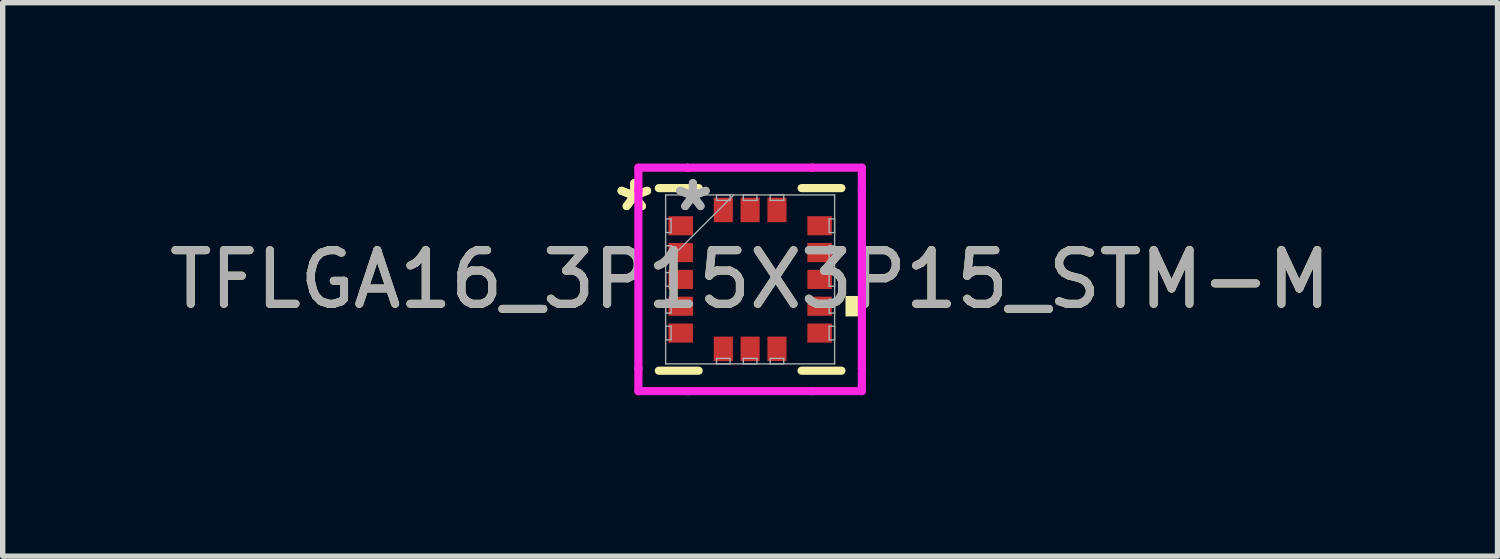
<source format=kicad_pcb>
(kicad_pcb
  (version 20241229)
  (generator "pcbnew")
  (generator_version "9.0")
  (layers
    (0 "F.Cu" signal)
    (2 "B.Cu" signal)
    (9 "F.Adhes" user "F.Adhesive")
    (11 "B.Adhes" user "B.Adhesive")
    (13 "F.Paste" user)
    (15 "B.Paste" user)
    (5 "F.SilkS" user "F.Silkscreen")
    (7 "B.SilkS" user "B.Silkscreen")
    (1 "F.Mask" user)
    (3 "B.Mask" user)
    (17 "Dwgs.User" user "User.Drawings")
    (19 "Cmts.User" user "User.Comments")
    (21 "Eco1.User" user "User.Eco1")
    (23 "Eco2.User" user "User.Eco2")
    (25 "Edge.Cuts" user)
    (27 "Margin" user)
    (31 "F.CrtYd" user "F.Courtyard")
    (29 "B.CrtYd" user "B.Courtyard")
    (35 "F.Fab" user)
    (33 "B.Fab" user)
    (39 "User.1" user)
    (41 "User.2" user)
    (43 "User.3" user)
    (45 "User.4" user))
  (footprint "TFLGA16_3P15X3P15_STM-M"
    (layer "F.Cu")
    (at 10.935 2.159)
    (property "Reference" "TFLGA16_3P15X3P15_STM-M" (at 0 0 0) (unlocked yes) (layer "F.SilkS") (effects (font (size 1 1) (thickness 0.15))))
    (attr smd)
    (fp_line (start -1.702 1.702) (end -0.959 1.702) (stroke (width 0.152) (type solid)) (layer "F.SilkS"))
    (fp_line (start -0.959 -1.702) (end -1.702 -1.702) (stroke (width 0.152) (type solid)) (layer "F.SilkS"))
    (fp_line (start 0.959 1.702) (end 1.702 1.702) (stroke (width 0.152) (type solid)) (layer "F.SilkS"))
    (fp_line (start 1.702 -1.702) (end 0.959 -1.702) (stroke (width 0.152) (type solid)) (layer "F.SilkS"))
    (fp_poly (pts (xy 2.032 0.309) (xy 2.032 0.69) (xy 1.778 0.69) (xy 1.778 0.309)) (stroke (width 0) (type solid)) (fill yes) (layer "F.SilkS"))
    (fp_line (start -2.083 -2.083) (end -1.16 -2.083) (stroke (width 0.152) (type solid)) (layer "F.CrtYd"))
    (fp_line (start -2.083 -1.66) (end -2.083 -2.083) (stroke (width 0.152) (type solid)) (layer "F.CrtYd"))
    (fp_line (start -2.083 -1.66) (end -2.083 -1.66) (stroke (width 0.152) (type solid)) (layer "F.CrtYd"))
    (fp_line (start -2.083 1.66) (end -2.083 -1.66) (stroke (width 0.152) (type solid)) (layer "F.CrtYd"))
    (fp_line (start -2.083 1.66) (end -2.083 1.66) (stroke (width 0.152) (type solid)) (layer "F.CrtYd"))
    (fp_line (start -2.083 2.083) (end -2.083 1.66) (stroke (width 0.152) (type solid)) (layer "F.CrtYd"))
    (fp_line (start -1.16 -2.083) (end -1.16 -2.083) (stroke (width 0.152) (type solid)) (layer "F.CrtYd"))
    (fp_line (start -1.16 -2.083) (end 1.16 -2.083) (stroke (width 0.152) (type solid)) (layer "F.CrtYd"))
    (fp_line (start -1.16 2.083) (end -2.083 2.083) (stroke (width 0.152) (type solid)) (layer "F.CrtYd"))
    (fp_line (start -1.16 2.083) (end -1.16 2.083) (stroke (width 0.152) (type solid)) (layer "F.CrtYd"))
    (fp_line (start 1.16 -2.083) (end 1.16 -2.083) (stroke (width 0.152) (type solid)) (layer "F.CrtYd"))
    (fp_line (start 1.16 -2.083) (end 2.083 -2.083) (stroke (width 0.152) (type solid)) (layer "F.CrtYd"))
    (fp_line (start 1.16 2.083) (end -1.16 2.083) (stroke (width 0.152) (type solid)) (layer "F.CrtYd"))
    (fp_line (start 1.16 2.083) (end 1.16 2.083) (stroke (width 0.152) (type solid)) (layer "F.CrtYd"))
    (fp_line (start 2.083 -2.083) (end 2.083 -1.66) (stroke (width 0.152) (type solid)) (layer "F.CrtYd"))
    (fp_line (start 2.083 -1.66) (end 2.083 -1.66) (stroke (width 0.152) (type solid)) (layer "F.CrtYd"))
    (fp_line (start 2.083 -1.66) (end 2.083 1.66) (stroke (width 0.152) (type solid)) (layer "F.CrtYd"))
    (fp_line (start 2.083 1.66) (end 2.083 1.66) (stroke (width 0.152) (type solid)) (layer "F.CrtYd"))
    (fp_line (start 2.083 1.66) (end 2.083 2.083) (stroke (width 0.152) (type solid)) (layer "F.CrtYd"))
    (fp_line (start 2.083 2.083) (end 1.16 2.083) (stroke (width 0.152) (type solid)) (layer "F.CrtYd"))
    (fp_line (start -1.575 -1.575) (end -1.575 -1.575) (stroke (width 0.025) (type solid)) (layer "F.Fab"))
    (fp_line (start -1.575 -1.575) (end -1.575 1.575) (stroke (width 0.025) (type solid)) (layer "F.Fab"))
    (fp_line (start -1.575 -1.127) (end -1.473 -1.127) (stroke (width 0.025) (type solid)) (layer "F.Fab"))
    (fp_line (start -1.575 -0.873) (end -1.575 -1.127) (stroke (width 0.025) (type solid)) (layer "F.Fab"))
    (fp_line (start -1.575 -0.627) (end -1.473 -0.627) (stroke (width 0.025) (type solid)) (layer "F.Fab"))
    (fp_line (start -1.575 -0.373) (end -1.575 -0.627) (stroke (width 0.025) (type solid)) (layer "F.Fab"))
    (fp_line (start -1.575 -0.305) (end -0.305 -1.575) (stroke (width 0.025) (type solid)) (layer "F.Fab"))
    (fp_line (start -1.575 -0.127) (end -1.473 -0.127) (stroke (width 0.025) (type solid)) (layer "F.Fab"))
    (fp_line (start -1.575 0.127) (end -1.575 -0.127) (stroke (width 0.025) (type solid)) (layer "F.Fab"))
    (fp_line (start -1.575 0.373) (end -1.473 0.373) (stroke (width 0.025) (type solid)) (layer "F.Fab"))
    (fp_line (start -1.575 0.627) (end -1.575 0.373) (stroke (width 0.025) (type solid)) (layer "F.Fab"))
    (fp_line (start -1.575 0.873) (end -1.473 0.873) (stroke (width 0.025) (type solid)) (layer "F.Fab"))
    (fp_line (start -1.575 1.127) (end -1.575 0.873) (stroke (width 0.025) (type solid)) (layer "F.Fab"))
    (fp_line (start -1.575 1.575) (end -1.575 1.575) (stroke (width 0.025) (type solid)) (layer "F.Fab"))
    (fp_line (start -1.575 1.575) (end 1.575 1.575) (stroke (width 0.025) (type solid)) (layer "F.Fab"))
    (fp_line (start -1.473 -1.127) (end -1.473 -0.873) (stroke (width 0.025) (type solid)) (layer "F.Fab"))
    (fp_line (start -1.473 -0.873) (end -1.575 -0.873) (stroke (width 0.025) (type solid)) (layer "F.Fab"))
    (fp_line (start -1.473 -0.627) (end -1.473 -0.373) (stroke (width 0.025) (type solid)) (layer "F.Fab"))
    (fp_line (start -1.473 -0.373) (end -1.575 -0.373) (stroke (width 0.025) (type solid)) (layer "F.Fab"))
    (fp_line (start -1.473 -0.127) (end -1.473 0.127) (stroke (width 0.025) (type solid)) (layer "F.Fab"))
    (fp_line (start -1.473 0.127) (end -1.575 0.127) (stroke (width 0.025) (type solid)) (layer "F.Fab"))
    (fp_line (start -1.473 0.373) (end -1.473 0.627) (stroke (width 0.025) (type solid)) (layer "F.Fab"))
    (fp_line (start -1.473 0.627) (end -1.575 0.627) (stroke (width 0.025) (type solid)) (layer "F.Fab"))
    (fp_line (start -1.473 0.873) (end -1.473 1.127) (stroke (width 0.025) (type solid)) (layer "F.Fab"))
    (fp_line (start -1.473 1.127) (end -1.575 1.127) (stroke (width 0.025) (type solid)) (layer "F.Fab"))
    (fp_line (start -0.627 -1.575) (end -0.373 -1.575) (stroke (width 0.025) (type solid)) (layer "F.Fab"))
    (fp_line (start -0.627 -1.473) (end -0.627 -1.575) (stroke (width 0.025) (type solid)) (layer "F.Fab"))
    (fp_line (start -0.627 1.473) (end -0.373 1.473) (stroke (width 0.025) (type solid)) (layer "F.Fab"))
    (fp_line (start -0.627 1.575) (end -0.627 1.473) (stroke (width 0.025) (type solid)) (layer "F.Fab"))
    (fp_line (start -0.373 -1.575) (end -0.373 -1.473) (stroke (width 0.025) (type solid)) (layer "F.Fab"))
    (fp_line (start -0.373 -1.473) (end -0.627 -1.473) (stroke (width 0.025) (type solid)) (layer "F.Fab"))
    (fp_line (start -0.373 1.473) (end -0.373 1.575) (stroke (width 0.025) (type solid)) (layer "F.Fab"))
    (fp_line (start -0.373 1.575) (end -0.627 1.575) (stroke (width 0.025) (type solid)) (layer "F.Fab"))
    (fp_line (start -0.127 -1.575) (end 0.127 -1.575) (stroke (width 0.025) (type solid)) (layer "F.Fab"))
    (fp_line (start -0.127 -1.473) (end -0.127 -1.575) (stroke (width 0.025) (type solid)) (layer "F.Fab"))
    (fp_line (start -0.127 1.473) (end 0.127 1.473) (stroke (width 0.025) (type solid)) (layer "F.Fab"))
    (fp_line (start -0.127 1.575) (end -0.127 1.473) (stroke (width 0.025) (type solid)) (layer "F.Fab"))
    (fp_line (start 0.127 -1.575) (end 0.127 -1.473) (stroke (width 0.025) (type solid)) (layer "F.Fab"))
    (fp_line (start 0.127 -1.473) (end -0.127 -1.473) (stroke (width 0.025) (type solid)) (layer "F.Fab"))
    (fp_line (start 0.127 1.473) (end 0.127 1.575) (stroke (width 0.025) (type solid)) (layer "F.Fab"))
    (fp_line (start 0.127 1.575) (end -0.127 1.575) (stroke (width 0.025) (type solid)) (layer "F.Fab"))
    (fp_line (start 0.373 -1.575) (end 0.627 -1.575) (stroke (width 0.025) (type solid)) (layer "F.Fab"))
    (fp_line (start 0.373 -1.473) (end 0.373 -1.575) (stroke (width 0.025) (type solid)) (layer "F.Fab"))
    (fp_line (start 0.373 1.473) (end 0.627 1.473) (stroke (width 0.025) (type solid)) (layer "F.Fab"))
    (fp_line (start 0.373 1.575) (end 0.373 1.473) (stroke (width 0.025) (type solid)) (layer "F.Fab"))
    (fp_line (start 0.627 -1.575) (end 0.627 -1.473) (stroke (width 0.025) (type solid)) (layer "F.Fab"))
    (fp_line (start 0.627 -1.473) (end 0.373 -1.473) (stroke (width 0.025) (type solid)) (layer "F.Fab"))
    (fp_line (start 0.627 1.473) (end 0.627 1.575) (stroke (width 0.025) (type solid)) (layer "F.Fab"))
    (fp_line (start 0.627 1.575) (end 0.373 1.575) (stroke (width 0.025) (type solid)) (layer "F.Fab"))
    (fp_line (start 1.473 -1.127) (end 1.575 -1.127) (stroke (width 0.025) (type solid)) (layer "F.Fab"))
    (fp_line (start 1.473 -0.873) (end 1.473 -1.127) (stroke (width 0.025) (type solid)) (layer "F.Fab"))
    (fp_line (start 1.473 -0.627) (end 1.575 -0.627) (stroke (width 0.025) (type solid)) (layer "F.Fab"))
    (fp_line (start 1.473 -0.373) (end 1.473 -0.627) (stroke (width 0.025) (type solid)) (layer "F.Fab"))
    (fp_line (start 1.473 -0.127) (end 1.575 -0.127) (stroke (width 0.025) (type solid)) (layer "F.Fab"))
    (fp_line (start 1.473 0.127) (end 1.473 -0.127) (stroke (width 0.025) (type solid)) (layer "F.Fab"))
    (fp_line (start 1.473 0.373) (end 1.575 0.373) (stroke (width 0.025) (type solid)) (layer "F.Fab"))
    (fp_line (start 1.473 0.627) (end 1.473 0.373) (stroke (width 0.025) (type solid)) (layer "F.Fab"))
    (fp_line (start 1.473 0.873) (end 1.575 0.873) (stroke (width 0.025) (type solid)) (layer "F.Fab"))
    (fp_line (start 1.473 1.127) (end 1.473 0.873) (stroke (width 0.025) (type solid)) (layer "F.Fab"))
    (fp_line (start 1.575 -1.575) (end -1.575 -1.575) (stroke (width 0.025) (type solid)) (layer "F.Fab"))
    (fp_line (start 1.575 -1.575) (end 1.575 -1.575) (stroke (width 0.025) (type solid)) (layer "F.Fab"))
    (fp_line (start 1.575 -1.127) (end 1.575 -0.873) (stroke (width 0.025) (type solid)) (layer "F.Fab"))
    (fp_line (start 1.575 -0.873) (end 1.473 -0.873) (stroke (width 0.025) (type solid)) (layer "F.Fab"))
    (fp_line (start 1.575 -0.627) (end 1.575 -0.373) (stroke (width 0.025) (type solid)) (layer "F.Fab"))
    (fp_line (start 1.575 -0.373) (end 1.473 -0.373) (stroke (width 0.025) (type solid)) (layer "F.Fab"))
    (fp_line (start 1.575 -0.127) (end 1.575 0.127) (stroke (width 0.025) (type solid)) (layer "F.Fab"))
    (fp_line (start 1.575 0.127) (end 1.473 0.127) (stroke (width 0.025) (type solid)) (layer "F.Fab"))
    (fp_line (start 1.575 0.373) (end 1.575 0.627) (stroke (width 0.025) (type solid)) (layer "F.Fab"))
    (fp_line (start 1.575 0.627) (end 1.473 0.627) (stroke (width 0.025) (type solid)) (layer "F.Fab"))
    (fp_line (start 1.575 0.873) (end 1.575 1.127) (stroke (width 0.025) (type solid)) (layer "F.Fab"))
    (fp_line (start 1.575 1.127) (end 1.473 1.127) (stroke (width 0.025) (type solid)) (layer "F.Fab"))
    (fp_line (start 1.575 1.575) (end 1.575 -1.575) (stroke (width 0.025) (type solid)) (layer "F.Fab"))
    (fp_line (start 1.575 1.575) (end 1.575 1.575) (stroke (width 0.025) (type solid)) (layer "F.Fab"))
    (fp_text user "*" (at -2.159 -1.25 0) (layer "F.SilkS") (effects (font (size 1 1) (thickness 0.15))))
    (fp_text user "*" (at -2.159 -1.25 0) (unlocked yes) (layer "F.SilkS") (effects (font (size 1 1) (thickness 0.15))))
    (fp_text user "${REFERENCE}" (at 0 0 0) (unlocked yes) (layer "F.Fab") (effects (font (size 1 1) (thickness 0.15))))
    (fp_text user "*" (at -1.067 -1.25 0) (unlocked yes) (layer "F.Fab") (effects (font (size 1 1) (thickness 0.15))))
    (fp_text user "*" (at -1.067 -1.25 0) (layer "F.Fab") (effects (font (size 1 1) (thickness 0.15))))
    (pad "1" smd rect (at -1.295 -1 90) (size 0.356 0.457) (layers "F.Cu" "F.Mask" "F.Paste"))
    (pad "2" smd rect (at -1.295 -0.5 90) (size 0.356 0.457) (layers "F.Cu" "F.Mask" "F.Paste"))
    (pad "3" smd rect (at -1.295 0 90) (size 0.356 0.457) (layers "F.Cu" "F.Mask" "F.Paste"))
    (pad "4" smd rect (at -1.295 0.5 90) (size 0.356 0.457) (layers "F.Cu" "F.Mask" "F.Paste"))
    (pad "5" smd rect (at -1.295 1 90) (size 0.356 0.457) (layers "F.Cu" "F.Mask" "F.Paste"))
    (pad "6" smd rect (at -0.5 1.295) (size 0.356 0.457) (layers "F.Cu" "F.Mask" "F.Paste"))
    (pad "7" smd rect (at 0 1.295) (size 0.356 0.457) (layers "F.Cu" "F.Mask" "F.Paste"))
    (pad "8" smd rect (at 0.5 1.295) (size 0.356 0.457) (layers "F.Cu" "F.Mask" "F.Paste"))
    (pad "9" smd rect (at 1.295 1 90) (size 0.356 0.457) (layers "F.Cu" "F.Mask" "F.Paste"))
    (pad "10" smd rect (at 1.295 0.5 90) (size 0.356 0.457) (layers "F.Cu" "F.Mask" "F.Paste"))
    (pad "11" smd rect (at 1.295 0 90) (size 0.356 0.457) (layers "F.Cu" "F.Mask" "F.Paste"))
    (pad "12" smd rect (at 1.295 -0.5 90) (size 0.356 0.457) (layers "F.Cu" "F.Mask" "F.Paste"))
    (pad "13" smd rect (at 1.295 -1 90) (size 0.356 0.457) (layers "F.Cu" "F.Mask" "F.Paste"))
    (pad "14" smd rect (at 0.5 -1.295) (size 0.356 0.457) (layers "F.Cu" "F.Mask" "F.Paste"))
    (pad "15" smd rect (at 0 -1.295) (size 0.356 0.457) (layers "F.Cu" "F.Mask" "F.Paste"))
    (pad "16" smd rect (at -0.5 -1.295) (size 0.356 0.457) (layers "F.Cu" "F.Mask" "F.Paste")))
  (gr_rect
    (start -3 -3)
    (end 24.869 7.318)
    (stroke (width 0.1) (type default))
    (fill no)
    (layer "Edge.Cuts")))
</source>
